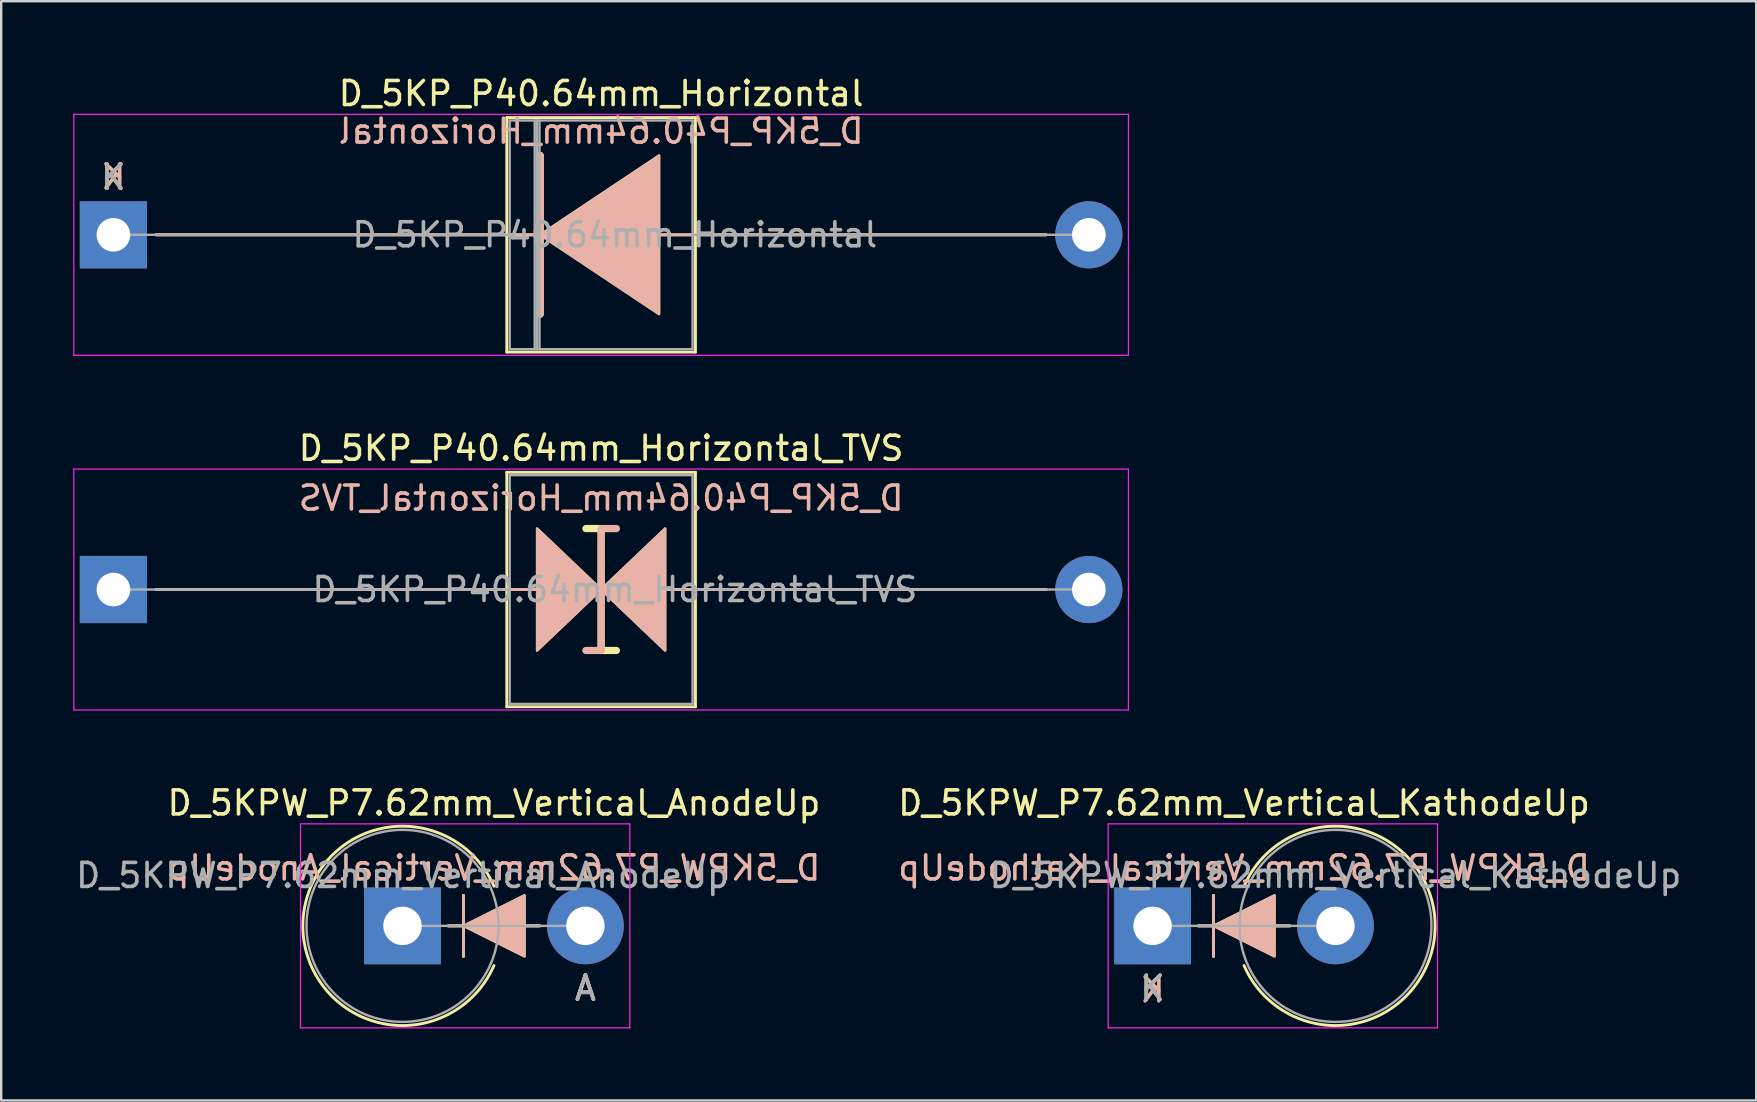
<source format=kicad_pcb>
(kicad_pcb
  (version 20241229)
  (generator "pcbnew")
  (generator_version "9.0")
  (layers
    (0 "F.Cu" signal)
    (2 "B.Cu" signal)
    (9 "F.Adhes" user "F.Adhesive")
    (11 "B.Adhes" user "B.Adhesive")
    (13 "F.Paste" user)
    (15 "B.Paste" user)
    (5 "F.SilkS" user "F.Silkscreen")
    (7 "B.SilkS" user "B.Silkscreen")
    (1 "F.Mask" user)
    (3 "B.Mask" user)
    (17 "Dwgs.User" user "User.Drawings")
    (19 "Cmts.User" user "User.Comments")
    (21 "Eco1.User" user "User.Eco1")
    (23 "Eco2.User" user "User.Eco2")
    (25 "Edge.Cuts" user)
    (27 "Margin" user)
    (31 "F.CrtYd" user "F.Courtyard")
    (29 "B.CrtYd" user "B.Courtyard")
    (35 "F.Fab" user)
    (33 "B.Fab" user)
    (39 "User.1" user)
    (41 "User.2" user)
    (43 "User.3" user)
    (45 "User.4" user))
  (footprint "D_5KP_P40.64mm_Horizontal"
    (layer "F.Cu")
    (at 1.675 6.733)
    (property "Reference" "D_5KP_P40.64mm_Horizontal" (at 20.32 -5.885 0) (layer "F.SilkS") (effects (font (size 1 1) (thickness 0.15))))
    (fp_line (start 1.778 0) (end 17.653 0) (stroke (width 0.12) (type solid)) (layer "F.SilkS"))
    (fp_line (start 16.39 -4.885) (end 16.39 4.885) (stroke (width 0.12) (type solid)) (layer "F.SilkS"))
    (fp_line (start 16.39 4.885) (end 24.25 4.885) (stroke (width 0.12) (type solid)) (layer "F.SilkS"))
    (fp_line (start 17.78 -3.302) (end 17.78 3.302) (stroke (width 0.3) (type solid)) (layer "F.SilkS"))
    (fp_line (start 24.25 -4.885) (end 16.39 -4.885) (stroke (width 0.12) (type solid)) (layer "F.SilkS"))
    (fp_line (start 24.25 4.885) (end 24.25 -4.885) (stroke (width 0.12) (type solid)) (layer "F.SilkS"))
    (fp_line (start 38.862 0) (end 22.77 0) (stroke (width 0.12) (type solid)) (layer "F.SilkS"))
    (fp_poly (pts (xy 22.733 3.302) (xy 17.78 0) (xy 22.733 -3.302)) (stroke (width 0.1) (type solid)) (fill yes) (layer "F.SilkS"))
    (fp_line (start 1.778 0) (end 17.653 0) (stroke (width 0.12) (type solid)) (layer "B.SilkS"))
    (fp_line (start 17.78 3.302) (end 17.78 -3.302) (stroke (width 0.3) (type solid)) (layer "B.SilkS"))
    (fp_line (start 38.862 0) (end 22.77 0) (stroke (width 0.12) (type solid)) (layer "B.SilkS"))
    (fp_poly (pts (xy 22.733 -3.302) (xy 17.78 0) (xy 22.733 3.302)) (stroke (width 0.1) (type solid)) (fill yes) (layer "B.SilkS"))
    (fp_line (start -1.65 -5.02) (end -1.65 5.02) (stroke (width 0.05) (type solid)) (layer "F.CrtYd"))
    (fp_line (start -1.65 5.02) (end 42.29 5.02) (stroke (width 0.05) (type solid)) (layer "F.CrtYd"))
    (fp_line (start 42.29 -5.02) (end -1.65 -5.02) (stroke (width 0.05) (type solid)) (layer "F.CrtYd"))
    (fp_line (start 42.29 5.02) (end 42.29 -5.02) (stroke (width 0.05) (type solid)) (layer "F.CrtYd"))
    (fp_line (start 0 0) (end 16.51 0) (stroke (width 0.1) (type solid)) (layer "F.Fab"))
    (fp_line (start 16.51 -4.765) (end 16.51 4.765) (stroke (width 0.1) (type solid)) (layer "F.Fab"))
    (fp_line (start 16.51 4.765) (end 24.13 4.765) (stroke (width 0.1) (type solid)) (layer "F.Fab"))
    (fp_line (start 17.553 -4.765) (end 17.553 4.765) (stroke (width 0.1) (type solid)) (layer "F.Fab"))
    (fp_line (start 17.653 -4.765) (end 17.653 4.765) (stroke (width 0.1) (type solid)) (layer "F.Fab"))
    (fp_line (start 17.753 -4.765) (end 17.753 4.765) (stroke (width 0.1) (type solid)) (layer "F.Fab"))
    (fp_line (start 24.13 -4.765) (end 16.51 -4.765) (stroke (width 0.1) (type solid)) (layer "F.Fab"))
    (fp_line (start 24.13 4.765) (end 24.13 -4.765) (stroke (width 0.1) (type solid)) (layer "F.Fab"))
    (fp_line (start 40.64 0) (end 24.13 0) (stroke (width 0.1) (type solid)) (layer "F.Fab"))
    (fp_text user "K" (at 0 -2.4 0) (layer "F.SilkS") (effects (font (size 1 1) (thickness 0.15))))
    (fp_text user "${REFERENCE}" (at 20.32 -4.318 0) (layer "B.SilkS") (effects (font (size 1 1) (thickness 0.15)) (justify mirror)))
    (fp_text user "K" (at 0 -2.413 0) (layer "B.SilkS") (effects (font (size 1 1) (thickness 0.15)) (justify mirror)))
    (fp_text user "K" (at 0 -2.4 0) (layer "F.Fab") (effects (font (size 1 1) (thickness 0.15))))
    (fp_text user "${REFERENCE}" (at 20.892 0 0) (layer "F.Fab") (effects (font (size 1 1) (thickness 0.15))))
    (pad "1" thru_hole rect (at 0 0) (size 2.8 2.8) (drill 1.4) (layers "*.Cu" "*.Mask"))
    (pad "2" thru_hole oval (at 40.64 0) (size 2.8 2.8) (drill 1.4) (layers "*.Cu" "*.Mask")))
  (footprint "D_5KPW_P7.62mm_Vertical_KathodeUp"
    (layer "F.Cu")
    (at 44.97 35.525)
    (property "Reference" "D_5KPW_P7.62mm_Vertical_KathodeUp" (at 3.81 -5.12 0) (layer "F.SilkS") (effects (font (size 1 1) (thickness 0.15))))
    (fp_line (start 1.905 0) (end 5.72 0) (stroke (width 0.12) (type solid)) (layer "F.SilkS"))
    (fp_line (start 2.54 1.27) (end 2.54 -1.27) (stroke (width 0.12) (type solid)) (layer "F.SilkS"))
    (fp_arc (start 3.810001 -1.651) (mid 11.772335 -0.000001) (end 3.810001 1.650999) (stroke (width 0.12) (type solid)) (layer "F.SilkS"))
    (fp_poly (pts (xy 5.08 1.27) (xy 2.54 0) (xy 5.08 -1.27)) (stroke (width 0.1) (type solid)) (fill yes) (layer "F.SilkS"))
    (fp_line (start 1.905 0) (end 5.72 0) (stroke (width 0.12) (type solid)) (layer "B.SilkS"))
    (fp_line (start 2.54 -1.27) (end 2.54 1.27) (stroke (width 0.12) (type solid)) (layer "B.SilkS"))
    (fp_poly (pts (xy 5.08 -1.27) (xy 2.54 0) (xy 5.08 1.27)) (stroke (width 0.1) (type solid)) (fill yes) (layer "B.SilkS"))
    (fp_line (start -1.85 -4.25) (end -1.85 4.25) (stroke (width 0.05) (type solid)) (layer "F.CrtYd"))
    (fp_line (start -1.85 4.25) (end 11.87 4.25) (stroke (width 0.05) (type solid)) (layer "F.CrtYd"))
    (fp_line (start 11.87 -4.25) (end -1.85 -4.25) (stroke (width 0.05) (type solid)) (layer "F.CrtYd"))
    (fp_line (start 11.87 4.25) (end 11.87 -4.25) (stroke (width 0.05) (type solid)) (layer "F.CrtYd"))
    (fp_line (start 0 0) (end 7.62 0) (stroke (width 0.1) (type solid)) (layer "F.Fab"))
    (fp_circle (center 7.62 0) (end 11.62 0) (stroke (width 0.1) (type solid)) (fill no) (layer "F.Fab"))
    (fp_text user "K" (at 0 2.6 0) (layer "F.SilkS") (effects (font (size 1 1) (thickness 0.15))))
    (fp_text user "K" (at 0 2.667 0) (layer "B.SilkS") (effects (font (size 1 1) (thickness 0.15)) (justify mirror)))
    (fp_text user "${REFERENCE}" (at 3.81 -2.413 0) (layer "B.SilkS") (effects (font (size 1 1) (thickness 0.15)) (justify mirror)))
    (fp_text user "${REFERENCE}" (at 7.62 -2.1 0) (layer "F.Fab") (effects (font (size 1 1) (thickness 0.15))))
    (fp_text user "K" (at 0 2.6 0) (layer "F.Fab") (effects (font (size 1 1) (thickness 0.15))))
    (pad "1" thru_hole rect (at 0 0) (size 3.2 3.2) (drill 1.6) (layers "*.Cu" "*.Mask"))
    (pad "2" thru_hole oval (at 7.62 0) (size 3.2 3.2) (drill 1.6) (layers "*.Cu" "*.Mask")))
  (footprint "D_5KPW_P7.62mm_Vertical_AnodeUp"
    (layer "F.Cu")
    (at 13.72 35.525)
    (property "Reference" "D_5KPW_P7.62mm_Vertical_AnodeUp" (at 3.81 -5.12 0) (layer "F.SilkS") (effects (font (size 1 1) (thickness 0.15))))
    (fp_line (start 1.905 0) (end 5.72 0) (stroke (width 0.12) (type solid)) (layer "F.SilkS"))
    (fp_line (start 2.54 1.27) (end 2.54 -1.27) (stroke (width 0.12) (type solid)) (layer "F.SilkS"))
    (fp_arc (start 3.809999 1.651) (mid -4.152335 0.000001) (end 3.809999 -1.650999) (stroke (width 0.12) (type solid)) (layer "F.SilkS"))
    (fp_poly (pts (xy 5.08 1.27) (xy 2.54 0) (xy 5.08 -1.27)) (stroke (width 0.1) (type solid)) (fill yes) (layer "F.SilkS"))
    (fp_line (start 1.905 0) (end 5.72 0) (stroke (width 0.12) (type solid)) (layer "B.SilkS"))
    (fp_line (start 2.54 -1.27) (end 2.54 1.27) (stroke (width 0.12) (type solid)) (layer "B.SilkS"))
    (fp_poly (pts (xy 5.08 -1.27) (xy 2.54 0) (xy 5.08 1.27)) (stroke (width 0.1) (type solid)) (fill yes) (layer "B.SilkS"))
    (fp_line (start -4.25 -4.25) (end -4.25 4.25) (stroke (width 0.05) (type solid)) (layer "F.CrtYd"))
    (fp_line (start -4.25 4.25) (end 9.47 4.25) (stroke (width 0.05) (type solid)) (layer "F.CrtYd"))
    (fp_line (start 9.47 -4.25) (end -4.25 -4.25) (stroke (width 0.05) (type solid)) (layer "F.CrtYd"))
    (fp_line (start 9.47 4.25) (end 9.47 -4.25) (stroke (width 0.05) (type solid)) (layer "F.CrtYd"))
    (fp_line (start 0 0) (end 7.62 0) (stroke (width 0.1) (type solid)) (layer "F.Fab"))
    (fp_circle (center 0 0) (end 4 0) (stroke (width 0.1) (type solid)) (fill no) (layer "F.Fab"))
    (fp_text user "A" (at 7.62 2.6 0) (layer "F.SilkS") (effects (font (size 1 1) (thickness 0.15))))
    (fp_text user "${REFERENCE}" (at 3.81 -2.413 0) (unlocked yes) (layer "B.SilkS") (effects (font (size 1 1) (thickness 0.15)) (justify mirror)))
    (fp_text user "A" (at 7.62 2.591 0) (layer "B.SilkS") (effects (font (size 1 1) (thickness 0.15)) (justify mirror)))
    (fp_text user "${REFERENCE}" (at 0 -2.1 0) (layer "F.Fab") (effects (font (size 1 1) (thickness 0.15))))
    (fp_text user "A" (at 7.62 2.6 0) (layer "F.Fab") (effects (font (size 1 1) (thickness 0.15))))
    (pad "1" thru_hole rect (at 0 0) (size 3.2 3.2) (drill 1.6) (layers "*.Cu" "*.Mask"))
    (pad "2" thru_hole oval (at 7.62 0) (size 3.2 3.2) (drill 1.6) (layers "*.Cu" "*.Mask")))
  (footprint "D_5KP_P40.64mm_Horizontal_TVS"
    (layer "F.Cu")
    (at 1.675 21.512)
    (property "Reference" "D_5KP_P40.64mm_Horizontal_TVS" (at 20.32 -5.885 0) (layer "F.SilkS") (effects (font (size 1 1) (thickness 0.15))))
    (fp_line (start 1.778 0) (end 17.653 0) (stroke (width 0.12) (type solid)) (layer "F.SilkS"))
    (fp_line (start 16.39 -4.885) (end 16.39 4.885) (stroke (width 0.12) (type solid)) (layer "F.SilkS"))
    (fp_line (start 16.39 4.885) (end 24.25 4.885) (stroke (width 0.12) (type solid)) (layer "F.SilkS"))
    (fp_line (start 20.32 -2.54) (end 19.685 -2.54) (stroke (width 0.3) (type solid)) (layer "F.SilkS"))
    (fp_line (start 20.32 2.54) (end 20.32 -2.54) (stroke (width 0.3) (type solid)) (layer "F.SilkS"))
    (fp_line (start 20.955 2.54) (end 20.32 2.54) (stroke (width 0.3) (type solid)) (layer "F.SilkS"))
    (fp_line (start 24.25 -4.885) (end 16.39 -4.885) (stroke (width 0.12) (type solid)) (layer "F.SilkS"))
    (fp_line (start 24.25 4.885) (end 24.25 -4.885) (stroke (width 0.12) (type solid)) (layer "F.SilkS"))
    (fp_line (start 38.862 0) (end 22.987 0) (stroke (width 0.12) (type solid)) (layer "F.SilkS"))
    (fp_poly (pts (xy 20.32 0) (xy 17.653 2.54) (xy 17.653 -2.54)) (stroke (width 0.1) (type solid)) (fill yes) (layer "F.SilkS"))
    (fp_poly (pts (xy 20.32 0) (xy 22.987 -2.54) (xy 22.987 2.54)) (stroke (width 0.1) (type solid)) (fill yes) (layer "F.SilkS"))
    (fp_line (start 1.778 0) (end 17.653 0) (stroke (width 0.12) (type solid)) (layer "B.SilkS"))
    (fp_line (start 20.32 -2.54) (end 20.32 2.54) (stroke (width 0.3) (type solid)) (layer "B.SilkS"))
    (fp_line (start 20.32 2.54) (end 19.685 2.54) (stroke (width 0.3) (type solid)) (layer "B.SilkS"))
    (fp_line (start 20.955 -2.54) (end 20.32 -2.54) (stroke (width 0.3) (type solid)) (layer "B.SilkS"))
    (fp_line (start 38.862 0) (end 22.987 0) (stroke (width 0.12) (type solid)) (layer "B.SilkS"))
    (fp_poly (pts (xy 20.32 0) (xy 17.653 -2.54) (xy 17.653 2.54)) (stroke (width 0.1) (type solid)) (fill yes) (layer "B.SilkS"))
    (fp_poly (pts (xy 20.32 0) (xy 22.987 2.54) (xy 22.987 -2.54)) (stroke (width 0.1) (type solid)) (fill yes) (layer "B.SilkS"))
    (fp_line (start -1.65 -5.02) (end -1.65 5.02) (stroke (width 0.05) (type solid)) (layer "F.CrtYd"))
    (fp_line (start -1.65 5.02) (end 42.29 5.02) (stroke (width 0.05) (type solid)) (layer "F.CrtYd"))
    (fp_line (start 42.29 -5.02) (end -1.65 -5.02) (stroke (width 0.05) (type solid)) (layer "F.CrtYd"))
    (fp_line (start 42.29 5.02) (end 42.29 -5.02) (stroke (width 0.05) (type solid)) (layer "F.CrtYd"))
    (fp_line (start 0 0) (end 16.51 0) (stroke (width 0.1) (type solid)) (layer "F.Fab"))
    (fp_line (start 16.51 -4.765) (end 16.51 4.765) (stroke (width 0.1) (type solid)) (layer "F.Fab"))
    (fp_line (start 16.51 4.765) (end 24.13 4.765) (stroke (width 0.1) (type solid)) (layer "F.Fab"))
    (fp_line (start 24.13 -4.765) (end 16.51 -4.765) (stroke (width 0.1) (type solid)) (layer "F.Fab"))
    (fp_line (start 24.13 4.765) (end 24.13 -4.765) (stroke (width 0.1) (type solid)) (layer "F.Fab"))
    (fp_line (start 40.64 0) (end 24.13 0) (stroke (width 0.1) (type solid)) (layer "F.Fab"))
    (fp_text user "${REFERENCE}" (at 20.32 -3.81 0) (layer "B.SilkS") (effects (font (size 1 1) (thickness 0.15)) (justify mirror)))
    (fp_text user "${REFERENCE}" (at 20.892 0 0) (layer "F.Fab") (effects (font (size 1 1) (thickness 0.15))))
    (pad "1" thru_hole rect (at 0 0) (size 2.8 2.8) (drill 1.4) (layers "*.Cu" "*.Mask"))
    (pad "2" thru_hole oval (at 40.64 0) (size 2.8 2.8) (drill 1.4) (layers "*.Cu" "*.Mask")))
  (gr_rect
    (start -3 -3)
    (end 70.12 42.8)
    (stroke (width 0.1) (type default))
    (fill no)
    (layer "Edge.Cuts")))
</source>
